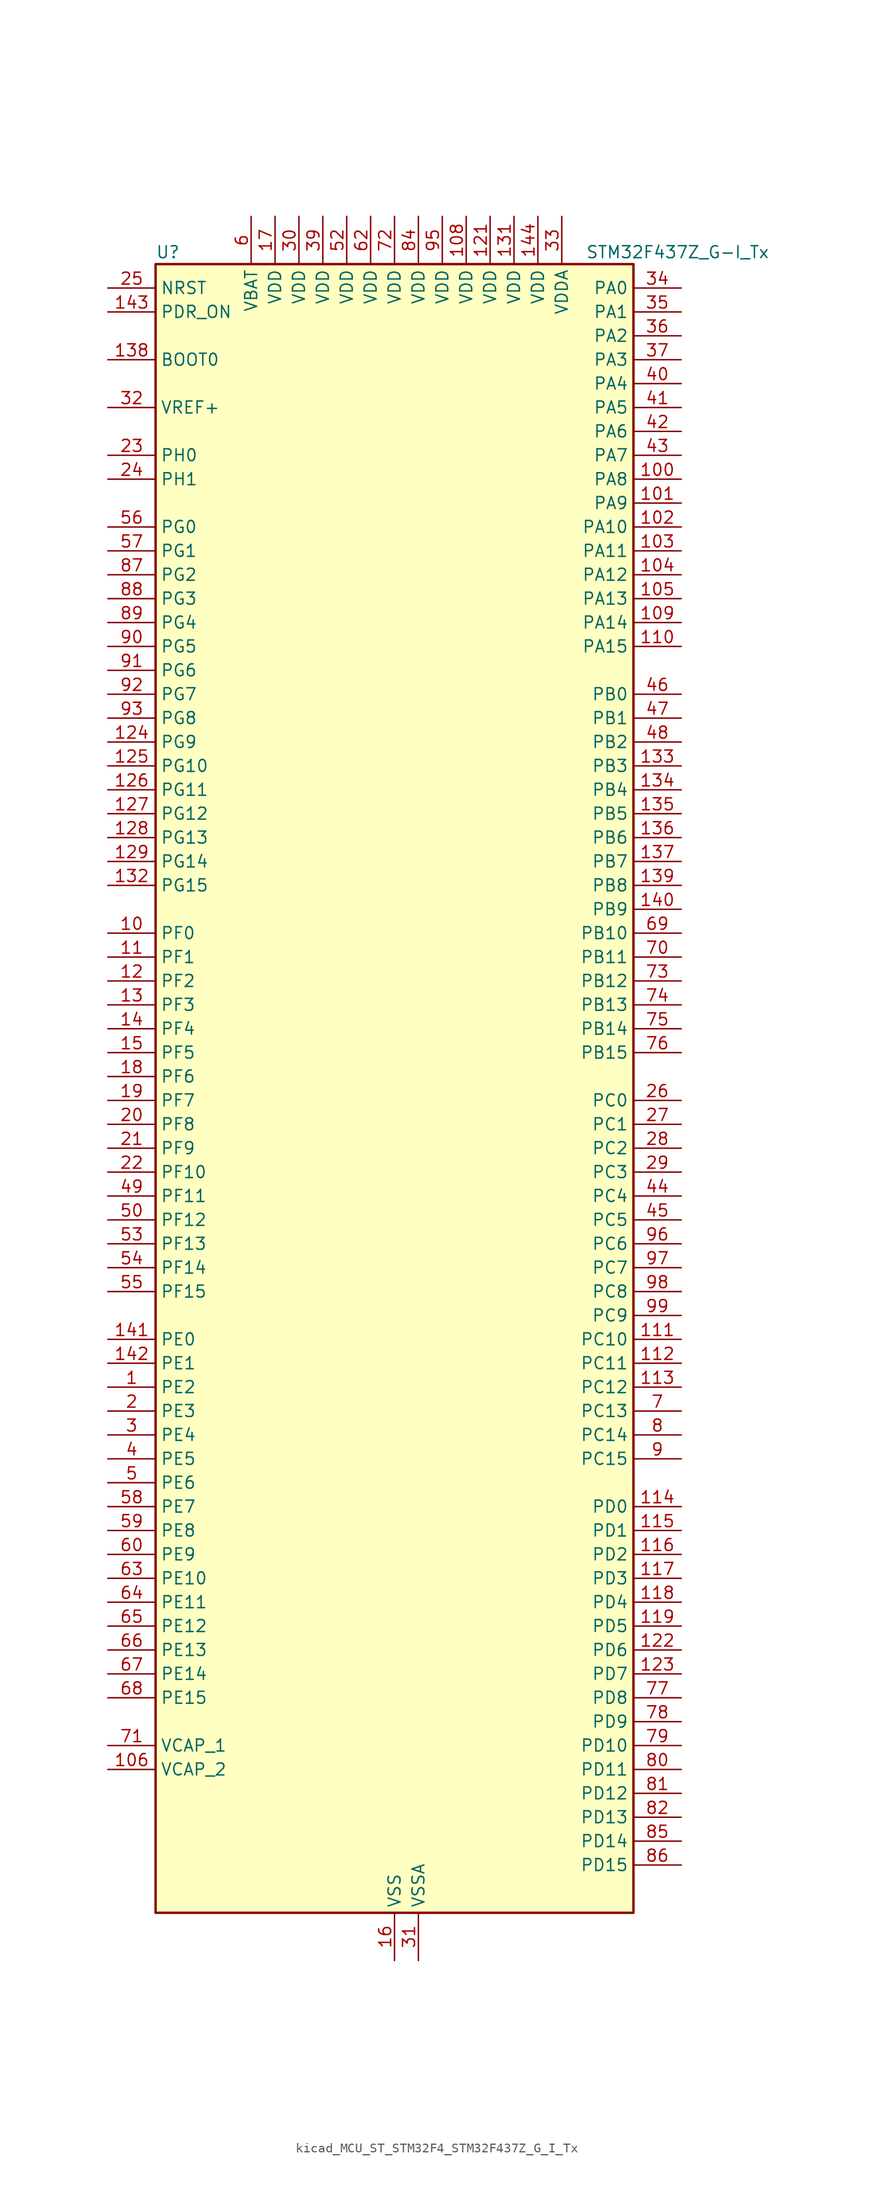
<source format=kicad_sym>
(kicad_symbol_lib
  (version 20220914)
  (generator kicad_symbol_editor)
  (symbol "kicad_MCU_ST_STM32F4_STM32F437Z_G_I_Tx"
    (property "Reference" "U"
      (at -25.4 90.17 0)
      (effects (font (size 1.27 1.27)) (justify left)))
    (property "Value" "STM32F437Z_G-I_Tx"
      (at 20.32 90.17 0)
      (effects (font (size 1.27 1.27)) (justify left)))
    (property "ki_locked" ""
      (at 0 0 0)
      (effects (font (size 1.27 1.27))))
    (symbol "kicad_MCU_ST_STM32F4_STM32F437Z_G_I_Tx_0_1"
      (rectangle (start -25.4 -86.36) (end 25.4 88.9) (stroke (width 0.254) (type default)) (fill (type background))))
    (symbol "kicad_MCU_ST_STM32F4_STM32F437Z_G_I_Tx_1_1"
      (pin bidirectional line (at -30.48 -30.48 0) (length 5.08) (name "PE2" (effects (font (size 1.27 1.27)))) (number "1" (effects (font (size 1.27 1.27)))) (alternate "ETH_TXD3" bidirectional line) (alternate "FMC_A23" bidirectional line) (alternate "SAI1_MCLK_A" bidirectional line) (alternate "SPI4_SCK" bidirectional line) (alternate "SYS_TRACECLK" bidirectional line))
      (pin bidirectional line (at -30.48 17.78 0) (length 5.08) (name "PF0" (effects (font (size 1.27 1.27)))) (number "10" (effects (font (size 1.27 1.27)))) (alternate "FMC_A0" bidirectional line) (alternate "I2C2_SDA" bidirectional line))
      (pin bidirectional line (at 30.48 66.04 180) (length 5.08) (name "PA8" (effects (font (size 1.27 1.27)))) (number "100" (effects (font (size 1.27 1.27)))) (alternate "I2C3_SCL" bidirectional line) (alternate "RCC_MCO_1" bidirectional line) (alternate "TIM1_CH1" bidirectional line) (alternate "USART1_CK" bidirectional line) (alternate "USB_OTG_FS_SOF" bidirectional line))
      (pin bidirectional line (at 30.48 63.5 180) (length 5.08) (name "PA9" (effects (font (size 1.27 1.27)))) (number "101" (effects (font (size 1.27 1.27)))) (alternate "DAC_EXTI9" bidirectional line) (alternate "DCMI_D0" bidirectional line) (alternate "I2C3_SMBA" bidirectional line) (alternate "TIM1_CH2" bidirectional line) (alternate "USART1_TX" bidirectional line) (alternate "USB_OTG_FS_VBUS" bidirectional line))
      (pin bidirectional line (at 30.48 60.96 180) (length 5.08) (name "PA10" (effects (font (size 1.27 1.27)))) (number "102" (effects (font (size 1.27 1.27)))) (alternate "DCMI_D1" bidirectional line) (alternate "TIM1_CH3" bidirectional line) (alternate "USART1_RX" bidirectional line) (alternate "USB_OTG_FS_ID" bidirectional line))
      (pin bidirectional line (at 30.48 58.42 180) (length 5.08) (name "PA11" (effects (font (size 1.27 1.27)))) (number "103" (effects (font (size 1.27 1.27)))) (alternate "ADC1_EXTI11" bidirectional line) (alternate "ADC2_EXTI11" bidirectional line) (alternate "ADC3_EXTI11" bidirectional line) (alternate "CAN1_RX" bidirectional line) (alternate "TIM1_CH4" bidirectional line) (alternate "USART1_CTS" bidirectional line) (alternate "USB_OTG_FS_DM" bidirectional line))
      (pin bidirectional line (at 30.48 55.88 180) (length 5.08) (name "PA12" (effects (font (size 1.27 1.27)))) (number "104" (effects (font (size 1.27 1.27)))) (alternate "CAN1_TX" bidirectional line) (alternate "TIM1_ETR" bidirectional line) (alternate "USART1_RTS" bidirectional line) (alternate "USB_OTG_FS_DP" bidirectional line))
      (pin bidirectional line (at 30.48 53.34 180) (length 5.08) (name "PA13" (effects (font (size 1.27 1.27)))) (number "105" (effects (font (size 1.27 1.27)))) (alternate "SYS_JTMS-SWDIO" bidirectional line))
      (pin power_out line (at -30.48 -71.12 0) (length 5.08) (name "VCAP_2" (effects (font (size 1.27 1.27)))) (number "106" (effects (font (size 1.27 1.27)))))
      (pin passive line (at 0 -91.44 90) (length 5.08) hide (name "VSS" (effects (font (size 1.27 1.27)))) (number "107" (effects (font (size 1.27 1.27)))))
      (pin power_in line (at 7.62 93.98 270) (length 5.08) (name "VDD" (effects (font (size 1.27 1.27)))) (number "108" (effects (font (size 1.27 1.27)))))
      (pin bidirectional line (at 30.48 50.8 180) (length 5.08) (name "PA14" (effects (font (size 1.27 1.27)))) (number "109" (effects (font (size 1.27 1.27)))) (alternate "SYS_JTCK-SWCLK" bidirectional line))
      (pin bidirectional line (at -30.48 15.24 0) (length 5.08) (name "PF1" (effects (font (size 1.27 1.27)))) (number "11" (effects (font (size 1.27 1.27)))) (alternate "FMC_A1" bidirectional line) (alternate "I2C2_SCL" bidirectional line))
      (pin bidirectional line (at 30.48 48.26 180) (length 5.08) (name "PA15" (effects (font (size 1.27 1.27)))) (number "110" (effects (font (size 1.27 1.27)))) (alternate "ADC1_EXTI15" bidirectional line) (alternate "ADC2_EXTI15" bidirectional line) (alternate "ADC3_EXTI15" bidirectional line) (alternate "I2S3_WS" bidirectional line) (alternate "SPI1_NSS" bidirectional line) (alternate "SPI3_NSS" bidirectional line) (alternate "SYS_JTDI" bidirectional line) (alternate "TIM2_CH1" bidirectional line) (alternate "TIM2_ETR" bidirectional line))
      (pin bidirectional line (at 30.48 -25.4 180) (length 5.08) (name "PC10" (effects (font (size 1.27 1.27)))) (number "111" (effects (font (size 1.27 1.27)))) (alternate "DCMI_D8" bidirectional line) (alternate "I2S3_CK" bidirectional line) (alternate "SDIO_D2" bidirectional line) (alternate "SPI3_SCK" bidirectional line) (alternate "UART4_TX" bidirectional line) (alternate "USART3_TX" bidirectional line))
      (pin bidirectional line (at 30.48 -27.94 180) (length 5.08) (name "PC11" (effects (font (size 1.27 1.27)))) (number "112" (effects (font (size 1.27 1.27)))) (alternate "ADC1_EXTI11" bidirectional line) (alternate "ADC2_EXTI11" bidirectional line) (alternate "ADC3_EXTI11" bidirectional line) (alternate "DCMI_D4" bidirectional line) (alternate "I2S3_ext_SD" bidirectional line) (alternate "SDIO_D3" bidirectional line) (alternate "SPI3_MISO" bidirectional line) (alternate "UART4_RX" bidirectional line) (alternate "USART3_RX" bidirectional line))
      (pin bidirectional line (at 30.48 -30.48 180) (length 5.08) (name "PC12" (effects (font (size 1.27 1.27)))) (number "113" (effects (font (size 1.27 1.27)))) (alternate "DCMI_D9" bidirectional line) (alternate "I2S3_SD" bidirectional line) (alternate "SDIO_CK" bidirectional line) (alternate "SPI3_MOSI" bidirectional line) (alternate "UART5_TX" bidirectional line) (alternate "USART3_CK" bidirectional line))
      (pin bidirectional line (at 30.48 -43.18 180) (length 5.08) (name "PD0" (effects (font (size 1.27 1.27)))) (number "114" (effects (font (size 1.27 1.27)))) (alternate "CAN1_RX" bidirectional line) (alternate "FMC_D2" bidirectional line) (alternate "FMC_DA2" bidirectional line))
      (pin bidirectional line (at 30.48 -45.72 180) (length 5.08) (name "PD1" (effects (font (size 1.27 1.27)))) (number "115" (effects (font (size 1.27 1.27)))) (alternate "CAN1_TX" bidirectional line) (alternate "FMC_D3" bidirectional line) (alternate "FMC_DA3" bidirectional line))
      (pin bidirectional line (at 30.48 -48.26 180) (length 5.08) (name "PD2" (effects (font (size 1.27 1.27)))) (number "116" (effects (font (size 1.27 1.27)))) (alternate "DCMI_D11" bidirectional line) (alternate "SDIO_CMD" bidirectional line) (alternate "TIM3_ETR" bidirectional line) (alternate "UART5_RX" bidirectional line))
      (pin bidirectional line (at 30.48 -50.8 180) (length 5.08) (name "PD3" (effects (font (size 1.27 1.27)))) (number "117" (effects (font (size 1.27 1.27)))) (alternate "DCMI_D5" bidirectional line) (alternate "FMC_CLK" bidirectional line) (alternate "I2S2_CK" bidirectional line) (alternate "SPI2_SCK" bidirectional line) (alternate "USART2_CTS" bidirectional line))
      (pin bidirectional line (at 30.48 -53.34 180) (length 5.08) (name "PD4" (effects (font (size 1.27 1.27)))) (number "118" (effects (font (size 1.27 1.27)))) (alternate "FMC_NOE" bidirectional line) (alternate "USART2_RTS" bidirectional line))
      (pin bidirectional line (at 30.48 -55.88 180) (length 5.08) (name "PD5" (effects (font (size 1.27 1.27)))) (number "119" (effects (font (size 1.27 1.27)))) (alternate "FMC_NWE" bidirectional line) (alternate "USART2_TX" bidirectional line))
      (pin bidirectional line (at -30.48 12.7 0) (length 5.08) (name "PF2" (effects (font (size 1.27 1.27)))) (number "12" (effects (font (size 1.27 1.27)))) (alternate "FMC_A2" bidirectional line) (alternate "I2C2_SMBA" bidirectional line))
      (pin passive line (at 0 -91.44 90) (length 5.08) hide (name "VSS" (effects (font (size 1.27 1.27)))) (number "120" (effects (font (size 1.27 1.27)))))
      (pin power_in line (at 10.16 93.98 270) (length 5.08) (name "VDD" (effects (font (size 1.27 1.27)))) (number "121" (effects (font (size 1.27 1.27)))))
      (pin bidirectional line (at 30.48 -58.42 180) (length 5.08) (name "PD6" (effects (font (size 1.27 1.27)))) (number "122" (effects (font (size 1.27 1.27)))) (alternate "DCMI_D10" bidirectional line) (alternate "FMC_NWAIT" bidirectional line) (alternate "I2S3_SD" bidirectional line) (alternate "SAI1_SD_A" bidirectional line) (alternate "SPI3_MOSI" bidirectional line) (alternate "USART2_RX" bidirectional line))
      (pin bidirectional line (at 30.48 -60.96 180) (length 5.08) (name "PD7" (effects (font (size 1.27 1.27)))) (number "123" (effects (font (size 1.27 1.27)))) (alternate "FMC_NCE2" bidirectional line) (alternate "FMC_NE1" bidirectional line) (alternate "USART2_CK" bidirectional line))
      (pin bidirectional line (at -30.48 38.1 0) (length 5.08) (name "PG9" (effects (font (size 1.27 1.27)))) (number "124" (effects (font (size 1.27 1.27)))) (alternate "DAC_EXTI9" bidirectional line) (alternate "DCMI_VSYNC" bidirectional line) (alternate "FMC_NCE3" bidirectional line) (alternate "FMC_NE2" bidirectional line) (alternate "USART6_RX" bidirectional line))
      (pin bidirectional line (at -30.48 35.56 0) (length 5.08) (name "PG10" (effects (font (size 1.27 1.27)))) (number "125" (effects (font (size 1.27 1.27)))) (alternate "DCMI_D2" bidirectional line) (alternate "FMC_NCE4_1" bidirectional line) (alternate "FMC_NE3" bidirectional line))
      (pin bidirectional line (at -30.48 33.02 0) (length 5.08) (name "PG11" (effects (font (size 1.27 1.27)))) (number "126" (effects (font (size 1.27 1.27)))) (alternate "ADC1_EXTI11" bidirectional line) (alternate "ADC2_EXTI11" bidirectional line) (alternate "ADC3_EXTI11" bidirectional line) (alternate "DCMI_D3" bidirectional line) (alternate "ETH_TX_EN" bidirectional line) (alternate "FMC_NCE4_2" bidirectional line))
      (pin bidirectional line (at -30.48 30.48 0) (length 5.08) (name "PG12" (effects (font (size 1.27 1.27)))) (number "127" (effects (font (size 1.27 1.27)))) (alternate "FMC_NE4" bidirectional line) (alternate "SPI6_MISO" bidirectional line) (alternate "USART6_RTS" bidirectional line))
      (pin bidirectional line (at -30.48 27.94 0) (length 5.08) (name "PG13" (effects (font (size 1.27 1.27)))) (number "128" (effects (font (size 1.27 1.27)))) (alternate "ETH_TXD0" bidirectional line) (alternate "FMC_A24" bidirectional line) (alternate "SPI6_SCK" bidirectional line) (alternate "USART6_CTS" bidirectional line))
      (pin bidirectional line (at -30.48 25.4 0) (length 5.08) (name "PG14" (effects (font (size 1.27 1.27)))) (number "129" (effects (font (size 1.27 1.27)))) (alternate "ETH_TXD1" bidirectional line) (alternate "FMC_A25" bidirectional line) (alternate "SPI6_MOSI" bidirectional line) (alternate "USART6_TX" bidirectional line))
      (pin bidirectional line (at -30.48 10.16 0) (length 5.08) (name "PF3" (effects (font (size 1.27 1.27)))) (number "13" (effects (font (size 1.27 1.27)))) (alternate "ADC3_IN9" bidirectional line) (alternate "FMC_A3" bidirectional line))
      (pin passive line (at 0 -91.44 90) (length 5.08) hide (name "VSS" (effects (font (size 1.27 1.27)))) (number "130" (effects (font (size 1.27 1.27)))))
      (pin power_in line (at 12.7 93.98 270) (length 5.08) (name "VDD" (effects (font (size 1.27 1.27)))) (number "131" (effects (font (size 1.27 1.27)))))
      (pin bidirectional line (at -30.48 22.86 0) (length 5.08) (name "PG15" (effects (font (size 1.27 1.27)))) (number "132" (effects (font (size 1.27 1.27)))) (alternate "ADC1_EXTI15" bidirectional line) (alternate "ADC2_EXTI15" bidirectional line) (alternate "ADC3_EXTI15" bidirectional line) (alternate "DCMI_D13" bidirectional line) (alternate "FMC_SDNCAS" bidirectional line) (alternate "USART6_CTS" bidirectional line))
      (pin bidirectional line (at 30.48 35.56 180) (length 5.08) (name "PB3" (effects (font (size 1.27 1.27)))) (number "133" (effects (font (size 1.27 1.27)))) (alternate "I2S3_CK" bidirectional line) (alternate "SPI1_SCK" bidirectional line) (alternate "SPI3_SCK" bidirectional line) (alternate "SYS_JTDO-SWO" bidirectional line) (alternate "TIM2_CH2" bidirectional line))
      (pin bidirectional line (at 30.48 33.02 180) (length 5.08) (name "PB4" (effects (font (size 1.27 1.27)))) (number "134" (effects (font (size 1.27 1.27)))) (alternate "I2S3_ext_SD" bidirectional line) (alternate "SPI1_MISO" bidirectional line) (alternate "SPI3_MISO" bidirectional line) (alternate "SYS_JTRST" bidirectional line) (alternate "TIM3_CH1" bidirectional line))
      (pin bidirectional line (at 30.48 30.48 180) (length 5.08) (name "PB5" (effects (font (size 1.27 1.27)))) (number "135" (effects (font (size 1.27 1.27)))) (alternate "CAN2_RX" bidirectional line) (alternate "DCMI_D10" bidirectional line) (alternate "ETH_PPS_OUT" bidirectional line) (alternate "FMC_SDCKE1" bidirectional line) (alternate "I2C1_SMBA" bidirectional line) (alternate "I2S3_SD" bidirectional line) (alternate "SPI1_MOSI" bidirectional line) (alternate "SPI3_MOSI" bidirectional line) (alternate "TIM3_CH2" bidirectional line) (alternate "USB_OTG_HS_ULPI_D7" bidirectional line))
      (pin bidirectional line (at 30.48 27.94 180) (length 5.08) (name "PB6" (effects (font (size 1.27 1.27)))) (number "136" (effects (font (size 1.27 1.27)))) (alternate "CAN2_TX" bidirectional line) (alternate "DCMI_D5" bidirectional line) (alternate "FMC_SDNE1" bidirectional line) (alternate "I2C1_SCL" bidirectional line) (alternate "TIM4_CH1" bidirectional line) (alternate "USART1_TX" bidirectional line))
      (pin bidirectional line (at 30.48 25.4 180) (length 5.08) (name "PB7" (effects (font (size 1.27 1.27)))) (number "137" (effects (font (size 1.27 1.27)))) (alternate "DCMI_VSYNC" bidirectional line) (alternate "FMC_NL" bidirectional line) (alternate "I2C1_SDA" bidirectional line) (alternate "TIM4_CH2" bidirectional line) (alternate "USART1_RX" bidirectional line))
      (pin input line (at -30.48 78.74 0) (length 5.08) (name "BOOT0" (effects (font (size 1.27 1.27)))) (number "138" (effects (font (size 1.27 1.27)))))
      (pin bidirectional line (at 30.48 22.86 180) (length 5.08) (name "PB8" (effects (font (size 1.27 1.27)))) (number "139" (effects (font (size 1.27 1.27)))) (alternate "CAN1_RX" bidirectional line) (alternate "DCMI_D6" bidirectional line) (alternate "ETH_TXD3" bidirectional line) (alternate "I2C1_SCL" bidirectional line) (alternate "SDIO_D4" bidirectional line) (alternate "TIM10_CH1" bidirectional line) (alternate "TIM4_CH3" bidirectional line))
      (pin bidirectional line (at -30.48 7.62 0) (length 5.08) (name "PF4" (effects (font (size 1.27 1.27)))) (number "14" (effects (font (size 1.27 1.27)))) (alternate "ADC3_IN14" bidirectional line) (alternate "FMC_A4" bidirectional line))
      (pin bidirectional line (at 30.48 20.32 180) (length 5.08) (name "PB9" (effects (font (size 1.27 1.27)))) (number "140" (effects (font (size 1.27 1.27)))) (alternate "CAN1_TX" bidirectional line) (alternate "DAC_EXTI9" bidirectional line) (alternate "DCMI_D7" bidirectional line) (alternate "I2C1_SDA" bidirectional line) (alternate "I2S2_WS" bidirectional line) (alternate "SDIO_D5" bidirectional line) (alternate "SPI2_NSS" bidirectional line) (alternate "TIM11_CH1" bidirectional line) (alternate "TIM4_CH4" bidirectional line))
      (pin bidirectional line (at -30.48 -25.4 0) (length 5.08) (name "PE0" (effects (font (size 1.27 1.27)))) (number "141" (effects (font (size 1.27 1.27)))) (alternate "DCMI_D2" bidirectional line) (alternate "FMC_NBL0" bidirectional line) (alternate "TIM4_ETR" bidirectional line) (alternate "UART8_RX" bidirectional line))
      (pin bidirectional line (at -30.48 -27.94 0) (length 5.08) (name "PE1" (effects (font (size 1.27 1.27)))) (number "142" (effects (font (size 1.27 1.27)))) (alternate "DCMI_D3" bidirectional line) (alternate "FMC_NBL1" bidirectional line) (alternate "UART8_TX" bidirectional line))
      (pin input line (at -30.48 83.82 0) (length 5.08) (name "PDR_ON" (effects (font (size 1.27 1.27)))) (number "143" (effects (font (size 1.27 1.27)))))
      (pin power_in line (at 15.24 93.98 270) (length 5.08) (name "VDD" (effects (font (size 1.27 1.27)))) (number "144" (effects (font (size 1.27 1.27)))))
      (pin bidirectional line (at -30.48 5.08 0) (length 5.08) (name "PF5" (effects (font (size 1.27 1.27)))) (number "15" (effects (font (size 1.27 1.27)))) (alternate "ADC3_IN15" bidirectional line) (alternate "FMC_A5" bidirectional line))
      (pin power_in line (at 0 -91.44 90) (length 5.08) (name "VSS" (effects (font (size 1.27 1.27)))) (number "16" (effects (font (size 1.27 1.27)))))
      (pin power_in line (at -12.7 93.98 270) (length 5.08) (name "VDD" (effects (font (size 1.27 1.27)))) (number "17" (effects (font (size 1.27 1.27)))))
      (pin bidirectional line (at -30.48 2.54 0) (length 5.08) (name "PF6" (effects (font (size 1.27 1.27)))) (number "18" (effects (font (size 1.27 1.27)))) (alternate "ADC3_IN4" bidirectional line) (alternate "FMC_NIORD" bidirectional line) (alternate "SAI1_SD_B" bidirectional line) (alternate "SPI5_NSS" bidirectional line) (alternate "TIM10_CH1" bidirectional line) (alternate "UART7_RX" bidirectional line))
      (pin bidirectional line (at -30.48 0 0) (length 5.08) (name "PF7" (effects (font (size 1.27 1.27)))) (number "19" (effects (font (size 1.27 1.27)))) (alternate "ADC3_IN5" bidirectional line) (alternate "FMC_NREG" bidirectional line) (alternate "SAI1_MCLK_B" bidirectional line) (alternate "SPI5_SCK" bidirectional line) (alternate "TIM11_CH1" bidirectional line) (alternate "UART7_TX" bidirectional line))
      (pin bidirectional line (at -30.48 -33.02 0) (length 5.08) (name "PE3" (effects (font (size 1.27 1.27)))) (number "2" (effects (font (size 1.27 1.27)))) (alternate "FMC_A19" bidirectional line) (alternate "SAI1_SD_B" bidirectional line) (alternate "SYS_TRACED0" bidirectional line))
      (pin bidirectional line (at -30.48 -2.54 0) (length 5.08) (name "PF8" (effects (font (size 1.27 1.27)))) (number "20" (effects (font (size 1.27 1.27)))) (alternate "ADC3_IN6" bidirectional line) (alternate "FMC_NIOWR" bidirectional line) (alternate "SAI1_SCK_B" bidirectional line) (alternate "SPI5_MISO" bidirectional line) (alternate "TIM13_CH1" bidirectional line))
      (pin bidirectional line (at -30.48 -5.08 0) (length 5.08) (name "PF9" (effects (font (size 1.27 1.27)))) (number "21" (effects (font (size 1.27 1.27)))) (alternate "ADC3_IN7" bidirectional line) (alternate "DAC_EXTI9" bidirectional line) (alternate "FMC_CD" bidirectional line) (alternate "SAI1_FS_B" bidirectional line) (alternate "SPI5_MOSI" bidirectional line) (alternate "TIM14_CH1" bidirectional line))
      (pin bidirectional line (at -30.48 -7.62 0) (length 5.08) (name "PF10" (effects (font (size 1.27 1.27)))) (number "22" (effects (font (size 1.27 1.27)))) (alternate "ADC3_IN8" bidirectional line) (alternate "DCMI_D11" bidirectional line) (alternate "FMC_INTR" bidirectional line))
      (pin bidirectional line (at -30.48 68.58 0) (length 5.08) (name "PH0" (effects (font (size 1.27 1.27)))) (number "23" (effects (font (size 1.27 1.27)))) (alternate "RCC_OSC_IN" bidirectional line))
      (pin bidirectional line (at -30.48 66.04 0) (length 5.08) (name "PH1" (effects (font (size 1.27 1.27)))) (number "24" (effects (font (size 1.27 1.27)))) (alternate "RCC_OSC_OUT" bidirectional line))
      (pin input line (at -30.48 86.36 0) (length 5.08) (name "NRST" (effects (font (size 1.27 1.27)))) (number "25" (effects (font (size 1.27 1.27)))))
      (pin bidirectional line (at 30.48 0 180) (length 5.08) (name "PC0" (effects (font (size 1.27 1.27)))) (number "26" (effects (font (size 1.27 1.27)))) (alternate "ADC1_IN10" bidirectional line) (alternate "ADC2_IN10" bidirectional line) (alternate "ADC3_IN10" bidirectional line) (alternate "FMC_SDNWE" bidirectional line) (alternate "USB_OTG_HS_ULPI_STP" bidirectional line))
      (pin bidirectional line (at 30.48 -2.54 180) (length 5.08) (name "PC1" (effects (font (size 1.27 1.27)))) (number "27" (effects (font (size 1.27 1.27)))) (alternate "ADC1_IN11" bidirectional line) (alternate "ADC2_IN11" bidirectional line) (alternate "ADC3_IN11" bidirectional line) (alternate "ETH_MDC" bidirectional line))
      (pin bidirectional line (at 30.48 -5.08 180) (length 5.08) (name "PC2" (effects (font (size 1.27 1.27)))) (number "28" (effects (font (size 1.27 1.27)))) (alternate "ADC1_IN12" bidirectional line) (alternate "ADC2_IN12" bidirectional line) (alternate "ADC3_IN12" bidirectional line) (alternate "ETH_TXD2" bidirectional line) (alternate "FMC_SDNE0" bidirectional line) (alternate "I2S2_ext_SD" bidirectional line) (alternate "SPI2_MISO" bidirectional line) (alternate "USB_OTG_HS_ULPI_DIR" bidirectional line))
      (pin bidirectional line (at 30.48 -7.62 180) (length 5.08) (name "PC3" (effects (font (size 1.27 1.27)))) (number "29" (effects (font (size 1.27 1.27)))) (alternate "ADC1_IN13" bidirectional line) (alternate "ADC2_IN13" bidirectional line) (alternate "ADC3_IN13" bidirectional line) (alternate "ETH_TX_CLK" bidirectional line) (alternate "FMC_SDCKE0" bidirectional line) (alternate "I2S2_SD" bidirectional line) (alternate "SPI2_MOSI" bidirectional line) (alternate "USB_OTG_HS_ULPI_NXT" bidirectional line))
      (pin bidirectional line (at -30.48 -35.56 0) (length 5.08) (name "PE4" (effects (font (size 1.27 1.27)))) (number "3" (effects (font (size 1.27 1.27)))) (alternate "DCMI_D4" bidirectional line) (alternate "FMC_A20" bidirectional line) (alternate "SAI1_FS_A" bidirectional line) (alternate "SPI4_NSS" bidirectional line) (alternate "SYS_TRACED1" bidirectional line))
      (pin power_in line (at -10.16 93.98 270) (length 5.08) (name "VDD" (effects (font (size 1.27 1.27)))) (number "30" (effects (font (size 1.27 1.27)))))
      (pin power_in line (at 2.54 -91.44 90) (length 5.08) (name "VSSA" (effects (font (size 1.27 1.27)))) (number "31" (effects (font (size 1.27 1.27)))))
      (pin input line (at -30.48 73.66 0) (length 5.08) (name "VREF+" (effects (font (size 1.27 1.27)))) (number "32" (effects (font (size 1.27 1.27)))))
      (pin power_in line (at 17.78 93.98 270) (length 5.08) (name "VDDA" (effects (font (size 1.27 1.27)))) (number "33" (effects (font (size 1.27 1.27)))))
      (pin bidirectional line (at 30.48 86.36 180) (length 5.08) (name "PA0" (effects (font (size 1.27 1.27)))) (number "34" (effects (font (size 1.27 1.27)))) (alternate "ADC1_IN0" bidirectional line) (alternate "ADC2_IN0" bidirectional line) (alternate "ADC3_IN0" bidirectional line) (alternate "ETH_CRS" bidirectional line) (alternate "SYS_WKUP" bidirectional line) (alternate "TIM2_CH1" bidirectional line) (alternate "TIM2_ETR" bidirectional line) (alternate "TIM5_CH1" bidirectional line) (alternate "TIM8_ETR" bidirectional line) (alternate "UART4_TX" bidirectional line) (alternate "USART2_CTS" bidirectional line))
      (pin bidirectional line (at 30.48 83.82 180) (length 5.08) (name "PA1" (effects (font (size 1.27 1.27)))) (number "35" (effects (font (size 1.27 1.27)))) (alternate "ADC1_IN1" bidirectional line) (alternate "ADC2_IN1" bidirectional line) (alternate "ADC3_IN1" bidirectional line) (alternate "ETH_REF_CLK" bidirectional line) (alternate "ETH_RX_CLK" bidirectional line) (alternate "TIM2_CH2" bidirectional line) (alternate "TIM5_CH2" bidirectional line) (alternate "UART4_RX" bidirectional line) (alternate "USART2_RTS" bidirectional line))
      (pin bidirectional line (at 30.48 81.28 180) (length 5.08) (name "PA2" (effects (font (size 1.27 1.27)))) (number "36" (effects (font (size 1.27 1.27)))) (alternate "ADC1_IN2" bidirectional line) (alternate "ADC2_IN2" bidirectional line) (alternate "ADC3_IN2" bidirectional line) (alternate "ETH_MDIO" bidirectional line) (alternate "TIM2_CH3" bidirectional line) (alternate "TIM5_CH3" bidirectional line) (alternate "TIM9_CH1" bidirectional line) (alternate "USART2_TX" bidirectional line))
      (pin bidirectional line (at 30.48 78.74 180) (length 5.08) (name "PA3" (effects (font (size 1.27 1.27)))) (number "37" (effects (font (size 1.27 1.27)))) (alternate "ADC1_IN3" bidirectional line) (alternate "ADC2_IN3" bidirectional line) (alternate "ADC3_IN3" bidirectional line) (alternate "ETH_COL" bidirectional line) (alternate "TIM2_CH4" bidirectional line) (alternate "TIM5_CH4" bidirectional line) (alternate "TIM9_CH2" bidirectional line) (alternate "USART2_RX" bidirectional line) (alternate "USB_OTG_HS_ULPI_D0" bidirectional line))
      (pin passive line (at 0 -91.44 90) (length 5.08) hide (name "VSS" (effects (font (size 1.27 1.27)))) (number "38" (effects (font (size 1.27 1.27)))))
      (pin power_in line (at -7.62 93.98 270) (length 5.08) (name "VDD" (effects (font (size 1.27 1.27)))) (number "39" (effects (font (size 1.27 1.27)))))
      (pin bidirectional line (at -30.48 -38.1 0) (length 5.08) (name "PE5" (effects (font (size 1.27 1.27)))) (number "4" (effects (font (size 1.27 1.27)))) (alternate "DCMI_D6" bidirectional line) (alternate "FMC_A21" bidirectional line) (alternate "SAI1_SCK_A" bidirectional line) (alternate "SPI4_MISO" bidirectional line) (alternate "SYS_TRACED2" bidirectional line) (alternate "TIM9_CH1" bidirectional line))
      (pin bidirectional line (at 30.48 76.2 180) (length 5.08) (name "PA4" (effects (font (size 1.27 1.27)))) (number "40" (effects (font (size 1.27 1.27)))) (alternate "ADC1_IN4" bidirectional line) (alternate "ADC2_IN4" bidirectional line) (alternate "DAC_OUT1" bidirectional line) (alternate "DCMI_HSYNC" bidirectional line) (alternate "I2S3_WS" bidirectional line) (alternate "SPI1_NSS" bidirectional line) (alternate "SPI3_NSS" bidirectional line) (alternate "USART2_CK" bidirectional line) (alternate "USB_OTG_HS_SOF" bidirectional line))
      (pin bidirectional line (at 30.48 73.66 180) (length 5.08) (name "PA5" (effects (font (size 1.27 1.27)))) (number "41" (effects (font (size 1.27 1.27)))) (alternate "ADC1_IN5" bidirectional line) (alternate "ADC2_IN5" bidirectional line) (alternate "DAC_OUT2" bidirectional line) (alternate "SPI1_SCK" bidirectional line) (alternate "TIM2_CH1" bidirectional line) (alternate "TIM2_ETR" bidirectional line) (alternate "TIM8_CH1N" bidirectional line) (alternate "USB_OTG_HS_ULPI_CK" bidirectional line))
      (pin bidirectional line (at 30.48 71.12 180) (length 5.08) (name "PA6" (effects (font (size 1.27 1.27)))) (number "42" (effects (font (size 1.27 1.27)))) (alternate "ADC1_IN6" bidirectional line) (alternate "ADC2_IN6" bidirectional line) (alternate "DCMI_PIXCLK" bidirectional line) (alternate "SPI1_MISO" bidirectional line) (alternate "TIM13_CH1" bidirectional line) (alternate "TIM1_BKIN" bidirectional line) (alternate "TIM3_CH1" bidirectional line) (alternate "TIM8_BKIN" bidirectional line))
      (pin bidirectional line (at 30.48 68.58 180) (length 5.08) (name "PA7" (effects (font (size 1.27 1.27)))) (number "43" (effects (font (size 1.27 1.27)))) (alternate "ADC1_IN7" bidirectional line) (alternate "ADC2_IN7" bidirectional line) (alternate "ETH_CRS_DV" bidirectional line) (alternate "ETH_RX_DV" bidirectional line) (alternate "SPI1_MOSI" bidirectional line) (alternate "TIM14_CH1" bidirectional line) (alternate "TIM1_CH1N" bidirectional line) (alternate "TIM3_CH2" bidirectional line) (alternate "TIM8_CH1N" bidirectional line))
      (pin bidirectional line (at 30.48 -10.16 180) (length 5.08) (name "PC4" (effects (font (size 1.27 1.27)))) (number "44" (effects (font (size 1.27 1.27)))) (alternate "ADC1_IN14" bidirectional line) (alternate "ADC2_IN14" bidirectional line) (alternate "ETH_RXD0" bidirectional line))
      (pin bidirectional line (at 30.48 -12.7 180) (length 5.08) (name "PC5" (effects (font (size 1.27 1.27)))) (number "45" (effects (font (size 1.27 1.27)))) (alternate "ADC1_IN15" bidirectional line) (alternate "ADC2_IN15" bidirectional line) (alternate "ETH_RXD1" bidirectional line))
      (pin bidirectional line (at 30.48 43.18 180) (length 5.08) (name "PB0" (effects (font (size 1.27 1.27)))) (number "46" (effects (font (size 1.27 1.27)))) (alternate "ADC1_IN8" bidirectional line) (alternate "ADC2_IN8" bidirectional line) (alternate "ETH_RXD2" bidirectional line) (alternate "TIM1_CH2N" bidirectional line) (alternate "TIM3_CH3" bidirectional line) (alternate "TIM8_CH2N" bidirectional line) (alternate "USB_OTG_HS_ULPI_D1" bidirectional line))
      (pin bidirectional line (at 30.48 40.64 180) (length 5.08) (name "PB1" (effects (font (size 1.27 1.27)))) (number "47" (effects (font (size 1.27 1.27)))) (alternate "ADC1_IN9" bidirectional line) (alternate "ADC2_IN9" bidirectional line) (alternate "ETH_RXD3" bidirectional line) (alternate "TIM1_CH3N" bidirectional line) (alternate "TIM3_CH4" bidirectional line) (alternate "TIM8_CH3N" bidirectional line) (alternate "USB_OTG_HS_ULPI_D2" bidirectional line))
      (pin bidirectional line (at 30.48 38.1 180) (length 5.08) (name "PB2" (effects (font (size 1.27 1.27)))) (number "48" (effects (font (size 1.27 1.27)))))
      (pin bidirectional line (at -30.48 -10.16 0) (length 5.08) (name "PF11" (effects (font (size 1.27 1.27)))) (number "49" (effects (font (size 1.27 1.27)))) (alternate "ADC1_EXTI11" bidirectional line) (alternate "ADC2_EXTI11" bidirectional line) (alternate "ADC3_EXTI11" bidirectional line) (alternate "DCMI_D12" bidirectional line) (alternate "FMC_SDNRAS" bidirectional line) (alternate "SPI5_MOSI" bidirectional line))
      (pin bidirectional line (at -30.48 -40.64 0) (length 5.08) (name "PE6" (effects (font (size 1.27 1.27)))) (number "5" (effects (font (size 1.27 1.27)))) (alternate "DCMI_D7" bidirectional line) (alternate "FMC_A22" bidirectional line) (alternate "SAI1_SD_A" bidirectional line) (alternate "SPI4_MOSI" bidirectional line) (alternate "SYS_TRACED3" bidirectional line) (alternate "TIM9_CH2" bidirectional line))
      (pin bidirectional line (at -30.48 -12.7 0) (length 5.08) (name "PF12" (effects (font (size 1.27 1.27)))) (number "50" (effects (font (size 1.27 1.27)))) (alternate "FMC_A6" bidirectional line))
      (pin passive line (at 0 -91.44 90) (length 5.08) hide (name "VSS" (effects (font (size 1.27 1.27)))) (number "51" (effects (font (size 1.27 1.27)))))
      (pin power_in line (at -5.08 93.98 270) (length 5.08) (name "VDD" (effects (font (size 1.27 1.27)))) (number "52" (effects (font (size 1.27 1.27)))))
      (pin bidirectional line (at -30.48 -15.24 0) (length 5.08) (name "PF13" (effects (font (size 1.27 1.27)))) (number "53" (effects (font (size 1.27 1.27)))) (alternate "FMC_A7" bidirectional line))
      (pin bidirectional line (at -30.48 -17.78 0) (length 5.08) (name "PF14" (effects (font (size 1.27 1.27)))) (number "54" (effects (font (size 1.27 1.27)))) (alternate "FMC_A8" bidirectional line))
      (pin bidirectional line (at -30.48 -20.32 0) (length 5.08) (name "PF15" (effects (font (size 1.27 1.27)))) (number "55" (effects (font (size 1.27 1.27)))) (alternate "ADC1_EXTI15" bidirectional line) (alternate "ADC2_EXTI15" bidirectional line) (alternate "ADC3_EXTI15" bidirectional line) (alternate "FMC_A9" bidirectional line))
      (pin bidirectional line (at -30.48 60.96 0) (length 5.08) (name "PG0" (effects (font (size 1.27 1.27)))) (number "56" (effects (font (size 1.27 1.27)))) (alternate "FMC_A10" bidirectional line))
      (pin bidirectional line (at -30.48 58.42 0) (length 5.08) (name "PG1" (effects (font (size 1.27 1.27)))) (number "57" (effects (font (size 1.27 1.27)))) (alternate "FMC_A11" bidirectional line))
      (pin bidirectional line (at -30.48 -43.18 0) (length 5.08) (name "PE7" (effects (font (size 1.27 1.27)))) (number "58" (effects (font (size 1.27 1.27)))) (alternate "FMC_D4" bidirectional line) (alternate "FMC_DA4" bidirectional line) (alternate "TIM1_ETR" bidirectional line) (alternate "UART7_RX" bidirectional line))
      (pin bidirectional line (at -30.48 -45.72 0) (length 5.08) (name "PE8" (effects (font (size 1.27 1.27)))) (number "59" (effects (font (size 1.27 1.27)))) (alternate "FMC_D5" bidirectional line) (alternate "FMC_DA5" bidirectional line) (alternate "TIM1_CH1N" bidirectional line) (alternate "UART7_TX" bidirectional line))
      (pin power_in line (at -15.24 93.98 270) (length 5.08) (name "VBAT" (effects (font (size 1.27 1.27)))) (number "6" (effects (font (size 1.27 1.27)))))
      (pin bidirectional line (at -30.48 -48.26 0) (length 5.08) (name "PE9" (effects (font (size 1.27 1.27)))) (number "60" (effects (font (size 1.27 1.27)))) (alternate "DAC_EXTI9" bidirectional line) (alternate "FMC_D6" bidirectional line) (alternate "FMC_DA6" bidirectional line) (alternate "TIM1_CH1" bidirectional line))
      (pin passive line (at 0 -91.44 90) (length 5.08) hide (name "VSS" (effects (font (size 1.27 1.27)))) (number "61" (effects (font (size 1.27 1.27)))))
      (pin power_in line (at -2.54 93.98 270) (length 5.08) (name "VDD" (effects (font (size 1.27 1.27)))) (number "62" (effects (font (size 1.27 1.27)))))
      (pin bidirectional line (at -30.48 -50.8 0) (length 5.08) (name "PE10" (effects (font (size 1.27 1.27)))) (number "63" (effects (font (size 1.27 1.27)))) (alternate "FMC_D7" bidirectional line) (alternate "FMC_DA7" bidirectional line) (alternate "TIM1_CH2N" bidirectional line))
      (pin bidirectional line (at -30.48 -53.34 0) (length 5.08) (name "PE11" (effects (font (size 1.27 1.27)))) (number "64" (effects (font (size 1.27 1.27)))) (alternate "ADC1_EXTI11" bidirectional line) (alternate "ADC2_EXTI11" bidirectional line) (alternate "ADC3_EXTI11" bidirectional line) (alternate "FMC_D8" bidirectional line) (alternate "FMC_DA8" bidirectional line) (alternate "SPI4_NSS" bidirectional line) (alternate "TIM1_CH2" bidirectional line))
      (pin bidirectional line (at -30.48 -55.88 0) (length 5.08) (name "PE12" (effects (font (size 1.27 1.27)))) (number "65" (effects (font (size 1.27 1.27)))) (alternate "FMC_D9" bidirectional line) (alternate "FMC_DA9" bidirectional line) (alternate "SPI4_SCK" bidirectional line) (alternate "TIM1_CH3N" bidirectional line))
      (pin bidirectional line (at -30.48 -58.42 0) (length 5.08) (name "PE13" (effects (font (size 1.27 1.27)))) (number "66" (effects (font (size 1.27 1.27)))) (alternate "FMC_D10" bidirectional line) (alternate "FMC_DA10" bidirectional line) (alternate "SPI4_MISO" bidirectional line) (alternate "TIM1_CH3" bidirectional line))
      (pin bidirectional line (at -30.48 -60.96 0) (length 5.08) (name "PE14" (effects (font (size 1.27 1.27)))) (number "67" (effects (font (size 1.27 1.27)))) (alternate "FMC_D11" bidirectional line) (alternate "FMC_DA11" bidirectional line) (alternate "SPI4_MOSI" bidirectional line) (alternate "TIM1_CH4" bidirectional line))
      (pin bidirectional line (at -30.48 -63.5 0) (length 5.08) (name "PE15" (effects (font (size 1.27 1.27)))) (number "68" (effects (font (size 1.27 1.27)))) (alternate "ADC1_EXTI15" bidirectional line) (alternate "ADC2_EXTI15" bidirectional line) (alternate "ADC3_EXTI15" bidirectional line) (alternate "FMC_D12" bidirectional line) (alternate "FMC_DA12" bidirectional line) (alternate "TIM1_BKIN" bidirectional line))
      (pin bidirectional line (at 30.48 17.78 180) (length 5.08) (name "PB10" (effects (font (size 1.27 1.27)))) (number "69" (effects (font (size 1.27 1.27)))) (alternate "ETH_RX_ER" bidirectional line) (alternate "I2C2_SCL" bidirectional line) (alternate "I2S2_CK" bidirectional line) (alternate "SPI2_SCK" bidirectional line) (alternate "TIM2_CH3" bidirectional line) (alternate "USART3_TX" bidirectional line) (alternate "USB_OTG_HS_ULPI_D3" bidirectional line))
      (pin bidirectional line (at 30.48 -33.02 180) (length 5.08) (name "PC13" (effects (font (size 1.27 1.27)))) (number "7" (effects (font (size 1.27 1.27)))) (alternate "RTC_AF1" bidirectional line))
      (pin bidirectional line (at 30.48 15.24 180) (length 5.08) (name "PB11" (effects (font (size 1.27 1.27)))) (number "70" (effects (font (size 1.27 1.27)))) (alternate "ADC1_EXTI11" bidirectional line) (alternate "ADC2_EXTI11" bidirectional line) (alternate "ADC3_EXTI11" bidirectional line) (alternate "ETH_TX_EN" bidirectional line) (alternate "I2C2_SDA" bidirectional line) (alternate "TIM2_CH4" bidirectional line) (alternate "USART3_RX" bidirectional line) (alternate "USB_OTG_HS_ULPI_D4" bidirectional line))
      (pin power_out line (at -30.48 -68.58 0) (length 5.08) (name "VCAP_1" (effects (font (size 1.27 1.27)))) (number "71" (effects (font (size 1.27 1.27)))))
      (pin power_in line (at 0 93.98 270) (length 5.08) (name "VDD" (effects (font (size 1.27 1.27)))) (number "72" (effects (font (size 1.27 1.27)))))
      (pin bidirectional line (at 30.48 12.7 180) (length 5.08) (name "PB12" (effects (font (size 1.27 1.27)))) (number "73" (effects (font (size 1.27 1.27)))) (alternate "CAN2_RX" bidirectional line) (alternate "ETH_TXD0" bidirectional line) (alternate "I2C2_SMBA" bidirectional line) (alternate "I2S2_WS" bidirectional line) (alternate "SPI2_NSS" bidirectional line) (alternate "TIM1_BKIN" bidirectional line) (alternate "USART3_CK" bidirectional line) (alternate "USB_OTG_HS_ID" bidirectional line) (alternate "USB_OTG_HS_ULPI_D5" bidirectional line))
      (pin bidirectional line (at 30.48 10.16 180) (length 5.08) (name "PB13" (effects (font (size 1.27 1.27)))) (number "74" (effects (font (size 1.27 1.27)))) (alternate "CAN2_TX" bidirectional line) (alternate "ETH_TXD1" bidirectional line) (alternate "I2S2_CK" bidirectional line) (alternate "SPI2_SCK" bidirectional line) (alternate "TIM1_CH1N" bidirectional line) (alternate "USART3_CTS" bidirectional line) (alternate "USB_OTG_HS_ULPI_D6" bidirectional line) (alternate "USB_OTG_HS_VBUS" bidirectional line))
      (pin bidirectional line (at 30.48 7.62 180) (length 5.08) (name "PB14" (effects (font (size 1.27 1.27)))) (number "75" (effects (font (size 1.27 1.27)))) (alternate "I2S2_ext_SD" bidirectional line) (alternate "SPI2_MISO" bidirectional line) (alternate "TIM12_CH1" bidirectional line) (alternate "TIM1_CH2N" bidirectional line) (alternate "TIM8_CH2N" bidirectional line) (alternate "USART3_RTS" bidirectional line) (alternate "USB_OTG_HS_DM" bidirectional line))
      (pin bidirectional line (at 30.48 5.08 180) (length 5.08) (name "PB15" (effects (font (size 1.27 1.27)))) (number "76" (effects (font (size 1.27 1.27)))) (alternate "ADC1_EXTI15" bidirectional line) (alternate "ADC2_EXTI15" bidirectional line) (alternate "ADC3_EXTI15" bidirectional line) (alternate "I2S2_SD" bidirectional line) (alternate "RTC_REFIN" bidirectional line) (alternate "SPI2_MOSI" bidirectional line) (alternate "TIM12_CH2" bidirectional line) (alternate "TIM1_CH3N" bidirectional line) (alternate "TIM8_CH3N" bidirectional line) (alternate "USB_OTG_HS_DP" bidirectional line))
      (pin bidirectional line (at 30.48 -63.5 180) (length 5.08) (name "PD8" (effects (font (size 1.27 1.27)))) (number "77" (effects (font (size 1.27 1.27)))) (alternate "FMC_D13" bidirectional line) (alternate "FMC_DA13" bidirectional line) (alternate "USART3_TX" bidirectional line))
      (pin bidirectional line (at 30.48 -66.04 180) (length 5.08) (name "PD9" (effects (font (size 1.27 1.27)))) (number "78" (effects (font (size 1.27 1.27)))) (alternate "DAC_EXTI9" bidirectional line) (alternate "FMC_D14" bidirectional line) (alternate "FMC_DA14" bidirectional line) (alternate "USART3_RX" bidirectional line))
      (pin bidirectional line (at 30.48 -68.58 180) (length 5.08) (name "PD10" (effects (font (size 1.27 1.27)))) (number "79" (effects (font (size 1.27 1.27)))) (alternate "FMC_D15" bidirectional line) (alternate "FMC_DA15" bidirectional line) (alternate "USART3_CK" bidirectional line))
      (pin bidirectional line (at 30.48 -35.56 180) (length 5.08) (name "PC14" (effects (font (size 1.27 1.27)))) (number "8" (effects (font (size 1.27 1.27)))) (alternate "RCC_OSC32_IN" bidirectional line))
      (pin bidirectional line (at 30.48 -71.12 180) (length 5.08) (name "PD11" (effects (font (size 1.27 1.27)))) (number "80" (effects (font (size 1.27 1.27)))) (alternate "ADC1_EXTI11" bidirectional line) (alternate "ADC2_EXTI11" bidirectional line) (alternate "ADC3_EXTI11" bidirectional line) (alternate "FMC_A16" bidirectional line) (alternate "FMC_CLE" bidirectional line) (alternate "USART3_CTS" bidirectional line))
      (pin bidirectional line (at 30.48 -73.66 180) (length 5.08) (name "PD12" (effects (font (size 1.27 1.27)))) (number "81" (effects (font (size 1.27 1.27)))) (alternate "FMC_A17" bidirectional line) (alternate "FMC_ALE" bidirectional line) (alternate "TIM4_CH1" bidirectional line) (alternate "USART3_RTS" bidirectional line))
      (pin bidirectional line (at 30.48 -76.2 180) (length 5.08) (name "PD13" (effects (font (size 1.27 1.27)))) (number "82" (effects (font (size 1.27 1.27)))) (alternate "FMC_A18" bidirectional line) (alternate "TIM4_CH2" bidirectional line))
      (pin passive line (at 0 -91.44 90) (length 5.08) hide (name "VSS" (effects (font (size 1.27 1.27)))) (number "83" (effects (font (size 1.27 1.27)))))
      (pin power_in line (at 2.54 93.98 270) (length 5.08) (name "VDD" (effects (font (size 1.27 1.27)))) (number "84" (effects (font (size 1.27 1.27)))))
      (pin bidirectional line (at 30.48 -78.74 180) (length 5.08) (name "PD14" (effects (font (size 1.27 1.27)))) (number "85" (effects (font (size 1.27 1.27)))) (alternate "FMC_D0" bidirectional line) (alternate "FMC_DA0" bidirectional line) (alternate "TIM4_CH3" bidirectional line))
      (pin bidirectional line (at 30.48 -81.28 180) (length 5.08) (name "PD15" (effects (font (size 1.27 1.27)))) (number "86" (effects (font (size 1.27 1.27)))) (alternate "ADC1_EXTI15" bidirectional line) (alternate "ADC2_EXTI15" bidirectional line) (alternate "ADC3_EXTI15" bidirectional line) (alternate "FMC_D1" bidirectional line) (alternate "FMC_DA1" bidirectional line) (alternate "TIM4_CH4" bidirectional line))
      (pin bidirectional line (at -30.48 55.88 0) (length 5.08) (name "PG2" (effects (font (size 1.27 1.27)))) (number "87" (effects (font (size 1.27 1.27)))) (alternate "FMC_A12" bidirectional line))
      (pin bidirectional line (at -30.48 53.34 0) (length 5.08) (name "PG3" (effects (font (size 1.27 1.27)))) (number "88" (effects (font (size 1.27 1.27)))) (alternate "FMC_A13" bidirectional line))
      (pin bidirectional line (at -30.48 50.8 0) (length 5.08) (name "PG4" (effects (font (size 1.27 1.27)))) (number "89" (effects (font (size 1.27 1.27)))) (alternate "FMC_A14" bidirectional line) (alternate "FMC_BA0" bidirectional line))
      (pin bidirectional line (at 30.48 -38.1 180) (length 5.08) (name "PC15" (effects (font (size 1.27 1.27)))) (number "9" (effects (font (size 1.27 1.27)))) (alternate "ADC1_EXTI15" bidirectional line) (alternate "ADC2_EXTI15" bidirectional line) (alternate "ADC3_EXTI15" bidirectional line) (alternate "RCC_OSC32_OUT" bidirectional line))
      (pin bidirectional line (at -30.48 48.26 0) (length 5.08) (name "PG5" (effects (font (size 1.27 1.27)))) (number "90" (effects (font (size 1.27 1.27)))) (alternate "FMC_A15" bidirectional line) (alternate "FMC_BA1" bidirectional line))
      (pin bidirectional line (at -30.48 45.72 0) (length 5.08) (name "PG6" (effects (font (size 1.27 1.27)))) (number "91" (effects (font (size 1.27 1.27)))) (alternate "DCMI_D12" bidirectional line) (alternate "FMC_INT2" bidirectional line))
      (pin bidirectional line (at -30.48 43.18 0) (length 5.08) (name "PG7" (effects (font (size 1.27 1.27)))) (number "92" (effects (font (size 1.27 1.27)))) (alternate "DCMI_D13" bidirectional line) (alternate "FMC_INT3" bidirectional line) (alternate "USART6_CK" bidirectional line))
      (pin bidirectional line (at -30.48 40.64 0) (length 5.08) (name "PG8" (effects (font (size 1.27 1.27)))) (number "93" (effects (font (size 1.27 1.27)))) (alternate "ETH_PPS_OUT" bidirectional line) (alternate "FMC_SDCLK" bidirectional line) (alternate "SPI6_NSS" bidirectional line) (alternate "USART6_RTS" bidirectional line))
      (pin passive line (at 0 -91.44 90) (length 5.08) hide (name "VSS" (effects (font (size 1.27 1.27)))) (number "94" (effects (font (size 1.27 1.27)))))
      (pin power_in line (at 5.08 93.98 270) (length 5.08) (name "VDD" (effects (font (size 1.27 1.27)))) (number "95" (effects (font (size 1.27 1.27)))))
      (pin bidirectional line (at 30.48 -15.24 180) (length 5.08) (name "PC6" (effects (font (size 1.27 1.27)))) (number "96" (effects (font (size 1.27 1.27)))) (alternate "DCMI_D0" bidirectional line) (alternate "I2S2_MCK" bidirectional line) (alternate "SDIO_D6" bidirectional line) (alternate "TIM3_CH1" bidirectional line) (alternate "TIM8_CH1" bidirectional line) (alternate "USART6_TX" bidirectional line))
      (pin bidirectional line (at 30.48 -17.78 180) (length 5.08) (name "PC7" (effects (font (size 1.27 1.27)))) (number "97" (effects (font (size 1.27 1.27)))) (alternate "DCMI_D1" bidirectional line) (alternate "I2S3_MCK" bidirectional line) (alternate "SDIO_D7" bidirectional line) (alternate "TIM3_CH2" bidirectional line) (alternate "TIM8_CH2" bidirectional line) (alternate "USART6_RX" bidirectional line))
      (pin bidirectional line (at 30.48 -20.32 180) (length 5.08) (name "PC8" (effects (font (size 1.27 1.27)))) (number "98" (effects (font (size 1.27 1.27)))) (alternate "DCMI_D2" bidirectional line) (alternate "SDIO_D0" bidirectional line) (alternate "TIM3_CH3" bidirectional line) (alternate "TIM8_CH3" bidirectional line) (alternate "USART6_CK" bidirectional line))
      (pin bidirectional line (at 30.48 -22.86 180) (length 5.08) (name "PC9" (effects (font (size 1.27 1.27)))) (number "99" (effects (font (size 1.27 1.27)))) (alternate "DAC_EXTI9" bidirectional line) (alternate "DCMI_D3" bidirectional line) (alternate "I2C3_SDA" bidirectional line) (alternate "I2S_CKIN" bidirectional line) (alternate "RCC_MCO_2" bidirectional line) (alternate "SDIO_D1" bidirectional line) (alternate "TIM3_CH4" bidirectional line) (alternate "TIM8_CH4" bidirectional line)))))
</source>
